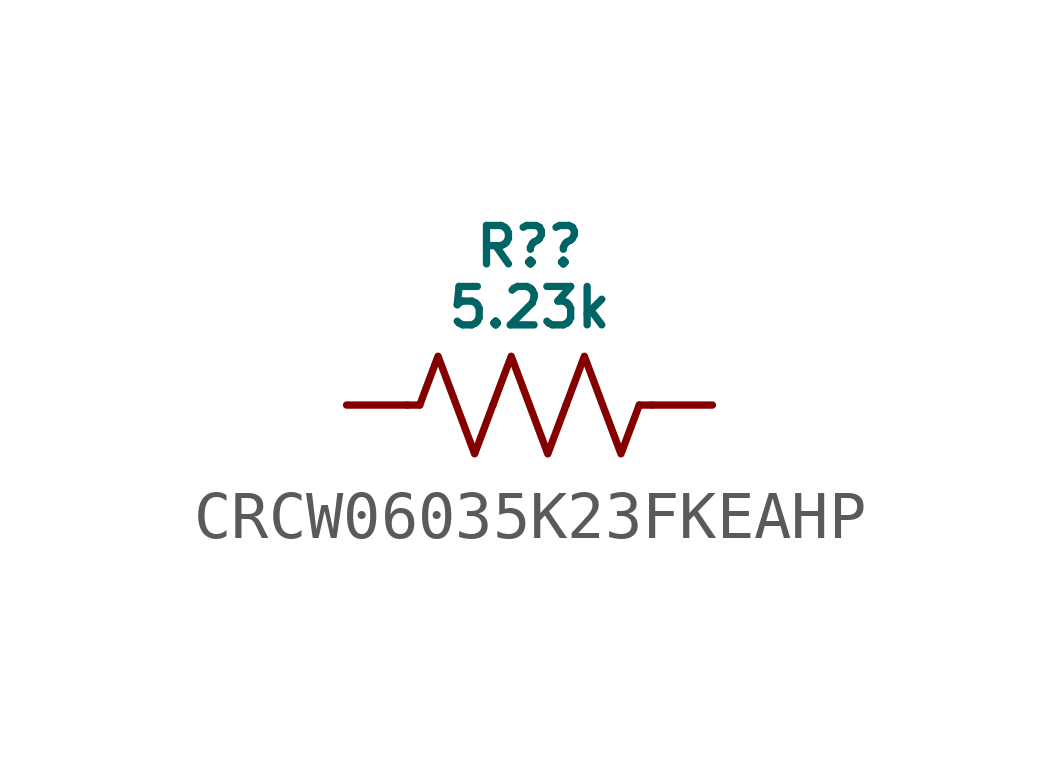
<source format=kicad_sym>
(kicad_symbol_lib
  (version 20231120)
  (generator "kicad_symbol_editor")
  (generator_version "8.0")
  (symbol "CRCW06035K23FKEAHP"
    (pin_numbers hide)
    (pin_names hide)
    (property "Reference" "R?"
      (at 0 3.302 0)
      (do_not_autoplace)
      (effects (font (size 0.8 0.8))))
    (property "Value" "5.23k"
      (at 0 2.032 0)
      (do_not_autoplace)
      (effects (font (size 0.8 0.8))))
    (symbol "CRCW06035K23FKEAHP_0_1"
      (polyline (pts (xy -2.286 0) (xy -2.54 0)) (stroke (width 0) (type default)) (fill (type none)))
      (polyline (pts (xy 2.286 0) (xy 2.54 0)) (stroke (width 0) (type default)) (fill (type none)))
      (polyline (pts (xy -2.286 0) (xy -1.905 1.016) (xy -1.524 0) (xy -1.143 -1.016) (xy -0.762 0)) (stroke (width 0) (type default)) (fill (type none)))
      (polyline (pts (xy -0.762 0) (xy -0.381 1.016) (xy 0 0) (xy 0.381 -1.016) (xy 0.762 0)) (stroke (width 0) (type default)) (fill (type none)))
      (polyline (pts (xy 0.762 0) (xy 1.143 1.016) (xy 1.524 0) (xy 1.905 -1.016) (xy 2.286 0)) (stroke (width 0) (type default)) (fill (type none))))
    (symbol "CRCW06035K23FKEAHP_1_0"
      (pin passive line (at -3.81 0 0) (length 1.27) (name "" (effects (font (size 0.8 0.8)))) (number "1" (effects (font (size 0.8 0.8)))))
      (pin passive line (at 3.81 0 180) (length 1.27) (name "" (effects (font (size 0.8 0.8)))) (number "2" (effects (font (size 0.8 0.8))))))))
</source>
